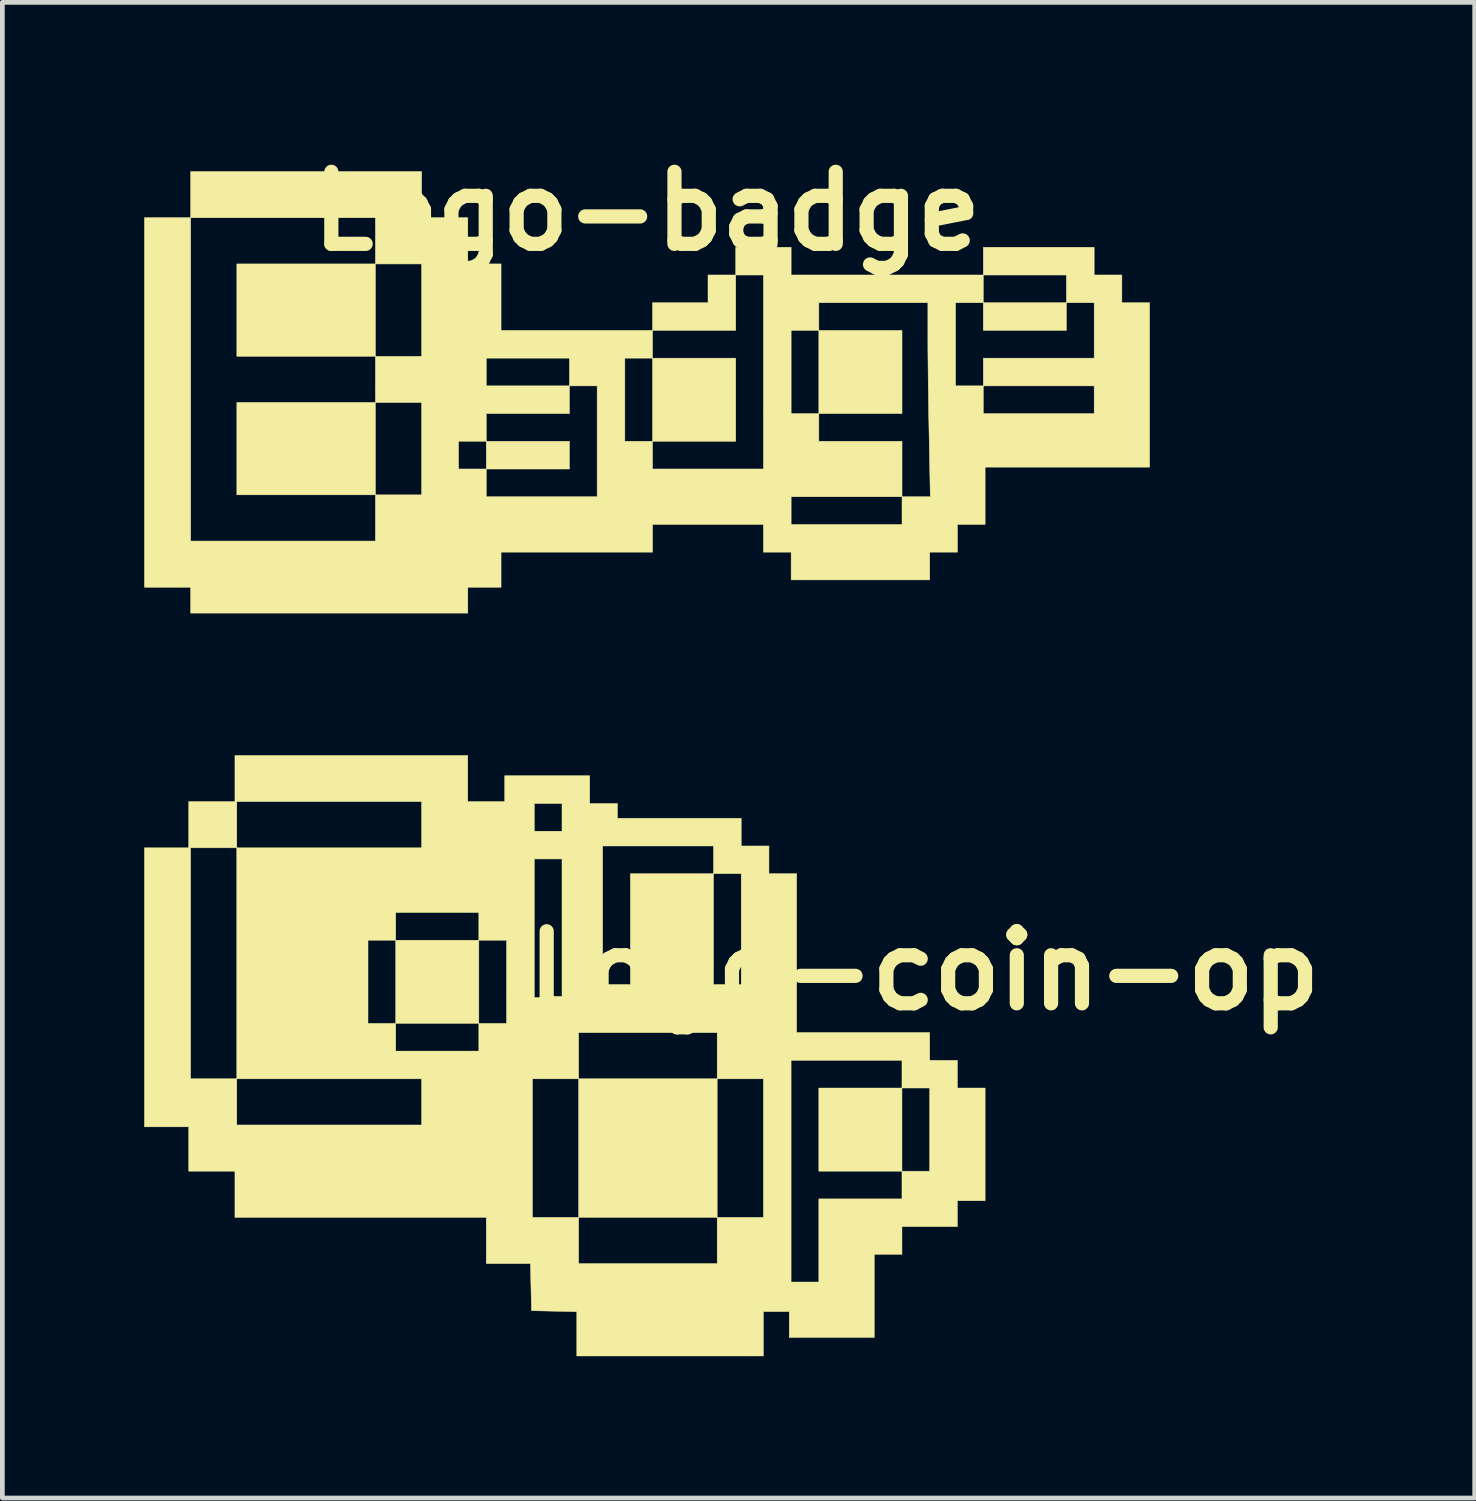
<source format=kicad_pcb>
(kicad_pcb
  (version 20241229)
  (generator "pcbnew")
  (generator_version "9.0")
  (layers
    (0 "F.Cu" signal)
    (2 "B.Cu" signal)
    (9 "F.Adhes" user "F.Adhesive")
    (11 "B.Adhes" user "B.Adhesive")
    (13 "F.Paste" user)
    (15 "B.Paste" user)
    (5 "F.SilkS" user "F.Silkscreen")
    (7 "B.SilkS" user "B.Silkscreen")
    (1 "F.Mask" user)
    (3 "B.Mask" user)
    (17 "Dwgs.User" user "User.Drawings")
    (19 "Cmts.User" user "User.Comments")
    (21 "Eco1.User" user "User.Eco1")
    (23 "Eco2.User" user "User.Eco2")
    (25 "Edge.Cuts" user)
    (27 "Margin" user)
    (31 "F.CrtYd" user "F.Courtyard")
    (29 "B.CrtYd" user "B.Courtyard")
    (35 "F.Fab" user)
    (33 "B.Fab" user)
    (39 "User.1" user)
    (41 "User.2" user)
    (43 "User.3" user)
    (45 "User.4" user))
  (footprint "Logo-badge"
    (layer "F.Cu")
    (at 10.634 5.228)
    (property "Reference" "Logo-badge" (at 0 -3.81 0) (layer "F.SilkS") (effects (font (size 1.524 1.524) (thickness 0.3))))
    (attr through_hole)
    (fp_poly (pts (xy -4.767 2.188) (xy -5.744 2.188) (xy -5.744 0.234) (xy -4.767 0.234) (xy -4.767 2.188)) (stroke (width 0.01) (type solid)) (fill yes) (layer "F.Mask"))
    (fp_poly (pts (xy -1.641 -0.117) (xy -3.4 -0.117) (xy -3.4 -0.703) (xy -1.641 -0.703) (xy -1.641 -0.117)) (stroke (width 0.01) (type solid)) (fill yes) (layer "F.Mask"))
    (fp_poly (pts (xy 5.393 2.814) (xy 3.048 2.814) (xy 3.048 2.227) (xy 5.393 2.227) (xy 5.393 2.814)) (stroke (width 0.01) (type solid)) (fill yes) (layer "F.Mask"))
    (fp_poly (pts (xy 9.457 0.469) (xy 7.112 0.469) (xy 7.112 -0.117) (xy 9.457 -0.117) (xy 9.457 0.469)) (stroke (width 0.01) (type solid)) (fill yes) (layer "F.Mask"))
    (fp_poly (pts (xy -1.055 2.227) (xy -3.4 2.227) (xy -3.4 1.641) (xy -3.986 1.641) (xy -3.986 1.055) (xy -3.4 1.055) (xy -3.4 1.641) (xy -1.641 1.641) (xy -1.641 1.055) (xy -3.4 1.055) (xy -3.4 0.469) (xy -1.641 0.469) (xy -1.641 -0.117) (xy -1.055 -0.117) (xy -1.055 2.227)) (stroke (width 0.01) (type solid)) (fill yes) (layer "F.Mask"))
    (fp_poly (pts (xy 2.462 1.641) (xy 0.117 1.641) (xy 0.117 1.055) (xy -0.469 1.055) (xy -0.469 -0.703) (xy 0.117 -0.703) (xy 0.117 1.055) (xy 1.876 1.055) (xy 1.876 -0.703) (xy 0.117 -0.703) (xy 0.117 -1.29) (xy 1.876 -1.29) (xy 1.876 -2.462) (xy 2.462 -2.462) (xy 2.462 1.641)) (stroke (width 0.01) (type solid)) (fill yes) (layer "F.Mask"))
    (fp_poly (pts (xy 9.457 -1.876) (xy 9.457 -0.703) (xy 7.112 -0.703) (xy 7.112 -0.117) (xy 6.526 -0.117) (xy 6.526 -1.876) (xy 7.112 -1.876) (xy 7.112 -1.29) (xy 8.87 -1.29) (xy 8.87 -1.876) (xy 7.112 -1.876) (xy 7.112 -2.462) (xy 8.87 -2.462) (xy 8.87 -1.876) (xy 9.457 -1.876)) (stroke (width 0.01) (type solid)) (fill yes) (layer "F.Mask"))
    (fp_poly (pts (xy -4.767 -2.696) (xy -4.767 -0.742) (xy -5.744 -0.742) (xy -5.744 0.234) (xy -8.675 0.234) (xy -8.675 2.188) (xy -5.744 2.188) (xy -5.744 3.165) (xy -9.652 3.165) (xy -9.652 -2.696) (xy -8.675 -2.696) (xy -8.675 -0.742) (xy -5.744 -0.742) (xy -5.744 -2.696) (xy -8.675 -2.696) (xy -9.652 -2.696) (xy -9.652 -3.673) (xy -5.744 -3.673) (xy -5.744 -2.696) (xy -4.767 -2.696)) (stroke (width 0.01) (type solid)) (fill yes) (layer "F.Mask"))
    (fp_poly (pts (xy 5.94 -1.143) (xy 5.941 -0.915) (xy 5.943 -0.627) (xy 5.947 -0.294) (xy 5.951 0.065) (xy 5.957 0.435) (xy 5.963 0.797) (xy 5.966 0.909) (xy 5.991 2.227) (xy 5.393 2.227) (xy 5.393 1.055) (xy 3.634 1.055) (xy 3.634 0.469) (xy 3.048 0.469) (xy 3.048 -1.29) (xy 3.634 -1.29) (xy 3.634 0.469) (xy 5.393 0.469) (xy 5.393 -1.29) (xy 3.634 -1.29) (xy 3.634 -1.876) (xy 5.94 -1.876) (xy 5.94 -1.143)) (stroke (width 0.01) (type solid)) (fill yes) (layer "F.Mask"))
    (fp_poly (pts (xy -5.744 -0.742) (xy -8.675 -0.742) (xy -8.675 -2.696) (xy -5.744 -2.696) (xy -5.744 -0.742)) (stroke (width 0.01) (type solid)) (fill yes) (layer "F.SilkS"))
    (fp_poly (pts (xy -5.744 2.188) (xy -8.675 2.188) (xy -8.675 0.234) (xy -5.744 0.234) (xy -5.744 2.188)) (stroke (width 0.01) (type solid)) (fill yes) (layer "F.SilkS"))
    (fp_poly (pts (xy -1.641 1.641) (xy -3.4 1.641) (xy -3.4 1.055) (xy -1.641 1.055) (xy -1.641 1.641)) (stroke (width 0.01) (type solid)) (fill yes) (layer "F.SilkS"))
    (fp_poly (pts (xy 1.876 1.055) (xy 0.117 1.055) (xy 0.117 -0.703) (xy 1.876 -0.703) (xy 1.876 1.055)) (stroke (width 0.01) (type solid)) (fill yes) (layer "F.SilkS"))
    (fp_poly (pts (xy 5.393 0.469) (xy 3.634 0.469) (xy 3.634 -1.29) (xy 5.393 -1.29) (xy 5.393 0.469)) (stroke (width 0.01) (type solid)) (fill yes) (layer "F.SilkS"))
    (fp_poly (pts (xy 8.87 -1.29) (xy 7.112 -1.29) (xy 7.112 -1.876) (xy 8.87 -1.876) (xy 8.87 -1.29)) (stroke (width 0.01) (type solid)) (fill yes) (layer "F.SilkS"))
    (fp_poly (pts (xy -4.767 -3.673) (xy -3.79 -3.673) (xy -3.79 -2.696) (xy -3.087 -2.696) (xy -3.087 -1.29) (xy 0.117 -1.29) (xy 0.117 -1.876) (xy 1.29 -1.876) (xy 1.29 -2.462) (xy 1.876 -2.462) (xy 1.876 -3.048) (xy 3.048 -3.048) (xy 3.048 -2.462) (xy 7.112 -2.462) (xy 7.112 -3.048) (xy 9.457 -3.048) (xy 9.457 -2.462) (xy 10.043 -2.462) (xy 10.043 -1.876) (xy 10.629 -1.876) (xy 10.629 1.602) (xy 7.151 1.602) (xy 7.151 2.814) (xy 6.565 2.814) (xy 6.565 3.4) (xy 5.979 3.4) (xy 5.979 3.986) (xy 3.048 3.986) (xy 3.048 3.4) (xy 2.462 3.4) (xy 2.462 2.814) (xy 0.117 2.814) (xy 0.117 3.4) (xy -3.087 3.4) (xy -3.087 4.142) (xy -3.79 4.142) (xy -3.79 4.689) (xy -9.652 4.689) (xy -9.652 4.142) (xy -10.629 4.142) (xy -10.629 -3.673) (xy -9.652 -3.673) (xy -9.652 3.165) (xy -5.744 3.165) (xy -5.744 2.188) (xy -4.767 2.188) (xy -4.767 1.055) (xy -3.986 1.055) (xy -3.986 1.641) (xy -3.4 1.641) (xy -3.4 2.227) (xy -1.055 2.227) (xy 3.048 2.227) (xy 3.048 2.814) (xy 5.393 2.814) (xy 5.393 2.227) (xy 3.048 2.227) (xy -1.055 2.227) (xy -1.055 -0.117) (xy -1.641 -0.117) (xy -1.641 0.469) (xy -3.4 0.469) (xy -3.4 1.055) (xy -3.986 1.055) (xy -4.767 1.055) (xy -4.767 0.234) (xy -5.744 0.234) (xy -5.744 -0.703) (xy -3.4 -0.703) (xy -3.4 -0.117) (xy -1.641 -0.117) (xy -1.641 -0.703) (xy -0.469 -0.703) (xy -0.469 1.055) (xy 0.117 1.055) (xy 0.117 1.641) (xy 2.462 1.641) (xy 2.462 -1.29) (xy 3.048 -1.29) (xy 3.048 0.469) (xy 3.634 0.469) (xy 3.634 1.055) (xy 5.393 1.055) (xy 5.393 2.227) (xy 5.991 2.227) (xy 5.966 0.909) (xy 5.959 0.552) (xy 5.953 0.183) (xy 5.948 -0.181) (xy 5.944 -0.524) (xy 5.941 -0.829) (xy 5.94 -1.078) (xy 5.94 -1.143) (xy 5.94 -1.876) (xy 6.526 -1.876) (xy 6.526 -0.117) (xy 7.112 -0.117) (xy 7.112 0.469) (xy 9.457 0.469) (xy 9.457 -0.117) (xy 7.112 -0.117) (xy 7.112 -0.703) (xy 9.457 -0.703) (xy 9.457 -1.876) (xy 8.87 -1.876) (xy 8.87 -2.462) (xy 7.112 -2.462) (xy 7.112 -1.876) (xy 6.526 -1.876) (xy 5.94 -1.876) (xy 3.634 -1.876) (xy 3.634 -1.29) (xy 3.048 -1.29) (xy 2.462 -1.29) (xy 2.462 -2.462) (xy 1.876 -2.462) (xy 1.876 -1.29) (xy 0.117 -1.29) (xy 0.117 -0.703) (xy -0.469 -0.703) (xy -1.641 -0.703) (xy -3.4 -0.703) (xy -5.744 -0.703) (xy -5.744 -0.742) (xy -4.767 -0.742) (xy -4.767 -2.696) (xy -5.744 -2.696) (xy -5.744 -3.673) (xy -9.652 -3.673) (xy -9.652 -4.65) (xy -4.767 -4.65) (xy -4.767 -3.673)) (stroke (width 0.01) (type solid)) (fill yes) (layer "F.SilkS")))
  (footprint "Logo-coin-op"
    (layer "F.Cu")
    (at 8.875 19.258)
    (property "Reference" "Logo-coin-op" (at 7.62 -1.778 0) (layer "F.SilkS") (effects (font (size 1.524 1.524) (thickness 0.3))))
    (attr through_hole)
    (fp_poly (pts (xy -6.917 0.508) (xy -7.894 0.508) (xy -7.894 -4.377) (xy -6.917 -4.377) (xy -6.917 0.508)) (stroke (width 0.01) (type solid)) (fill yes) (layer "F.Mask"))
    (fp_poly (pts (xy -3.009 -4.377) (xy -6.917 -4.377) (xy -6.917 -5.354) (xy -3.009 -5.354) (xy -3.009 -4.377)) (stroke (width 0.01) (type solid)) (fill yes) (layer "F.Mask"))
    (fp_poly (pts (xy -3.009 1.485) (xy -6.917 1.485) (xy -6.917 0.508) (xy -3.009 0.508) (xy -3.009 1.485)) (stroke (width 0.01) (type solid)) (fill yes) (layer "F.Mask"))
    (fp_poly (pts (xy -0.039 -4.728) (xy -0.625 -4.728) (xy -0.625 -5.314) (xy -0.039 -5.314) (xy -0.039 -4.728)) (stroke (width 0.01) (type solid)) (fill yes) (layer "F.Mask"))
    (fp_poly (pts (xy -0.039 -1.211) (xy -0.625 -1.211) (xy -0.625 -4.142) (xy -0.039 -4.142) (xy -0.039 -1.211)) (stroke (width 0.01) (type solid)) (fill yes) (layer "F.Mask"))
    (fp_poly (pts (xy 3.751 -1.485) (xy 3.165 -1.485) (xy 3.165 -3.83) (xy 3.751 -3.83) (xy 3.751 -1.485)) (stroke (width 0.01) (type solid)) (fill yes) (layer "F.Mask"))
    (fp_poly (pts (xy 3.165 -3.83) (xy 1.407 -3.83) (xy 1.407 -1.485) (xy 0.821 -1.485) (xy 0.821 -4.416) (xy 3.165 -4.416) (xy 3.165 -3.83)) (stroke (width 0.01) (type solid)) (fill yes) (layer "F.Mask"))
    (fp_poly (pts (xy -1.211 -2.423) (xy -1.211 -0.664) (xy -1.798 -0.664) (xy -1.798 -0.078) (xy -3.556 -0.078) (xy -3.556 -0.664) (xy -4.142 -0.664) (xy -4.142 -2.423) (xy -3.556 -2.423) (xy -3.556 -0.664) (xy -1.798 -0.664) (xy -1.798 -2.423) (xy -3.556 -2.423) (xy -3.556 -3.009) (xy -1.798 -3.009) (xy -1.798 -2.423) (xy -1.211 -2.423)) (stroke (width 0.01) (type solid)) (fill yes) (layer "F.Mask"))
    (fp_poly (pts (xy 4.22 0.508) (xy 4.22 3.439) (xy 3.243 3.439) (xy 3.243 4.416) (xy 0.313 4.416) (xy 0.313 3.439) (xy -0.664 3.439) (xy -0.664 0.508) (xy 0.313 0.508) (xy 0.313 3.439) (xy 3.243 3.439) (xy 3.243 0.508) (xy 0.313 0.508) (xy 0.313 -0.469) (xy 3.243 -0.469) (xy 3.243 0.508) (xy 4.22 0.508)) (stroke (width 0.01) (type solid)) (fill yes) (layer "F.Mask"))
    (fp_poly (pts (xy 7.737 0.703) (xy 7.737 2.462) (xy 7.151 2.462) (xy 7.151 3.048) (xy 5.393 3.048) (xy 5.393 4.806) (xy 4.806 4.806) (xy 4.806 0.703) (xy 5.393 0.703) (xy 5.393 2.462) (xy 7.151 2.462) (xy 7.151 0.703) (xy 5.393 0.703) (xy 4.806 0.703) (xy 4.806 0.117) (xy 7.151 0.117) (xy 7.151 0.703) (xy 7.737 0.703)) (stroke (width 0.01) (type solid)) (fill yes) (layer "F.Mask"))
    (fp_poly (pts (xy -1.798 -0.664) (xy -3.556 -0.664) (xy -3.556 -2.423) (xy -1.798 -2.423) (xy -1.798 -0.664)) (stroke (width 0.01) (type solid)) (fill yes) (layer "F.SilkS"))
    (fp_poly (pts (xy 3.243 3.439) (xy 0.313 3.439) (xy 0.313 0.508) (xy 3.243 0.508) (xy 3.243 3.439)) (stroke (width 0.01) (type solid)) (fill yes) (layer "F.SilkS"))
    (fp_poly (pts (xy 7.151 2.462) (xy 5.393 2.462) (xy 5.393 0.703) (xy 7.151 0.703) (xy 7.151 2.462)) (stroke (width 0.01) (type solid)) (fill yes) (layer "F.SilkS"))
    (fp_poly (pts (xy -2.032 -5.354) (xy -1.25 -5.354) (xy -1.25 -5.901) (xy 0.547 -5.901) (xy 0.547 -5.314) (xy 1.133 -5.314) (xy 1.133 -5.002) (xy 3.751 -5.002) (xy 3.751 -4.416) (xy 4.338 -4.416) (xy 4.338 -3.83) (xy 4.924 -3.83) (xy 4.924 -0.469) (xy 7.737 -0.469) (xy 7.737 0.117) (xy 8.323 0.117) (xy 8.323 0.703) (xy 8.91 0.703) (xy 8.91 3.087) (xy 8.323 3.087) (xy 8.323 3.634) (xy 7.151 3.634) (xy 7.151 4.22) (xy 6.565 4.22) (xy 6.565 5.979) (xy 4.767 5.979) (xy 4.767 5.432) (xy 4.22 5.432) (xy 4.22 6.37) (xy 0.274 6.37) (xy 0.274 5.434) (xy -0.205 5.423) (xy -0.684 5.412) (xy -0.706 4.416) (xy -1.641 4.416) (xy -1.641 3.439) (xy -6.956 3.439) (xy -6.956 2.462) (xy -7.933 2.462) (xy -7.933 1.524) (xy -8.87 1.524) (xy -8.87 -4.377) (xy -7.933 -4.377) (xy -7.894 -4.377) (xy -7.894 0.508) (xy -6.917 0.508) (xy -6.917 1.485) (xy -3.009 1.485) (xy -3.009 0.508) (xy -0.664 0.508) (xy -0.664 3.439) (xy 0.313 3.439) (xy 0.313 4.416) (xy 3.243 4.416) (xy 3.243 3.439) (xy 4.22 3.439) (xy 4.22 0.508) (xy 3.243 0.508) (xy 3.243 0.117) (xy 4.806 0.117) (xy 4.806 4.806) (xy 5.393 4.806) (xy 5.393 3.048) (xy 7.151 3.048) (xy 7.151 2.462) (xy 7.737 2.462) (xy 7.737 0.703) (xy 7.151 0.703) (xy 7.151 0.117) (xy 4.806 0.117) (xy 3.243 0.117) (xy 3.243 -0.469) (xy 0.313 -0.469) (xy 0.313 0.508) (xy -0.664 0.508) (xy -3.009 0.508) (xy -6.917 0.508) (xy -6.917 -2.423) (xy -4.142 -2.423) (xy -4.142 -0.664) (xy -3.556 -0.664) (xy -3.556 -0.078) (xy -1.798 -0.078) (xy -1.798 -0.664) (xy -1.211 -0.664) (xy -1.211 -2.423) (xy -1.798 -2.423) (xy -1.798 -3.009) (xy -3.556 -3.009) (xy -3.556 -2.423) (xy -4.142 -2.423) (xy -6.917 -2.423) (xy -6.917 -4.142) (xy -0.625 -4.142) (xy -0.625 -1.211) (xy -0.039 -1.211) (xy -0.039 -4.142) (xy -0.625 -4.142) (xy -6.917 -4.142) (xy -6.917 -4.377) (xy -7.894 -4.377) (xy -7.933 -4.377) (xy -7.933 -5.354) (xy -6.956 -5.354) (xy -6.917 -5.354) (xy -6.917 -4.377) (xy -3.009 -4.377) (xy -3.009 -4.416) (xy 0.821 -4.416) (xy 0.821 -1.485) (xy 1.407 -1.485) (xy 1.407 -3.83) (xy 3.165 -3.83) (xy 3.165 -1.485) (xy 3.751 -1.485) (xy 3.751 -3.83) (xy 3.165 -3.83) (xy 3.165 -4.416) (xy 0.821 -4.416) (xy -3.009 -4.416) (xy -3.009 -5.314) (xy -0.625 -5.314) (xy -0.625 -4.728) (xy -0.039 -4.728) (xy -0.039 -5.314) (xy -0.625 -5.314) (xy -3.009 -5.314) (xy -3.009 -5.354) (xy -6.917 -5.354) (xy -6.956 -5.354) (xy -6.956 -6.33) (xy -2.032 -6.33) (xy -2.032 -5.354)) (stroke (width 0.01) (type solid)) (fill yes) (layer "F.SilkS")))
  (gr_rect
    (start -3 -3)
    (end 28.139 28.632)
    (stroke (width 0.1) (type default))
    (fill no)
    (layer "Edge.Cuts")))
</source>
